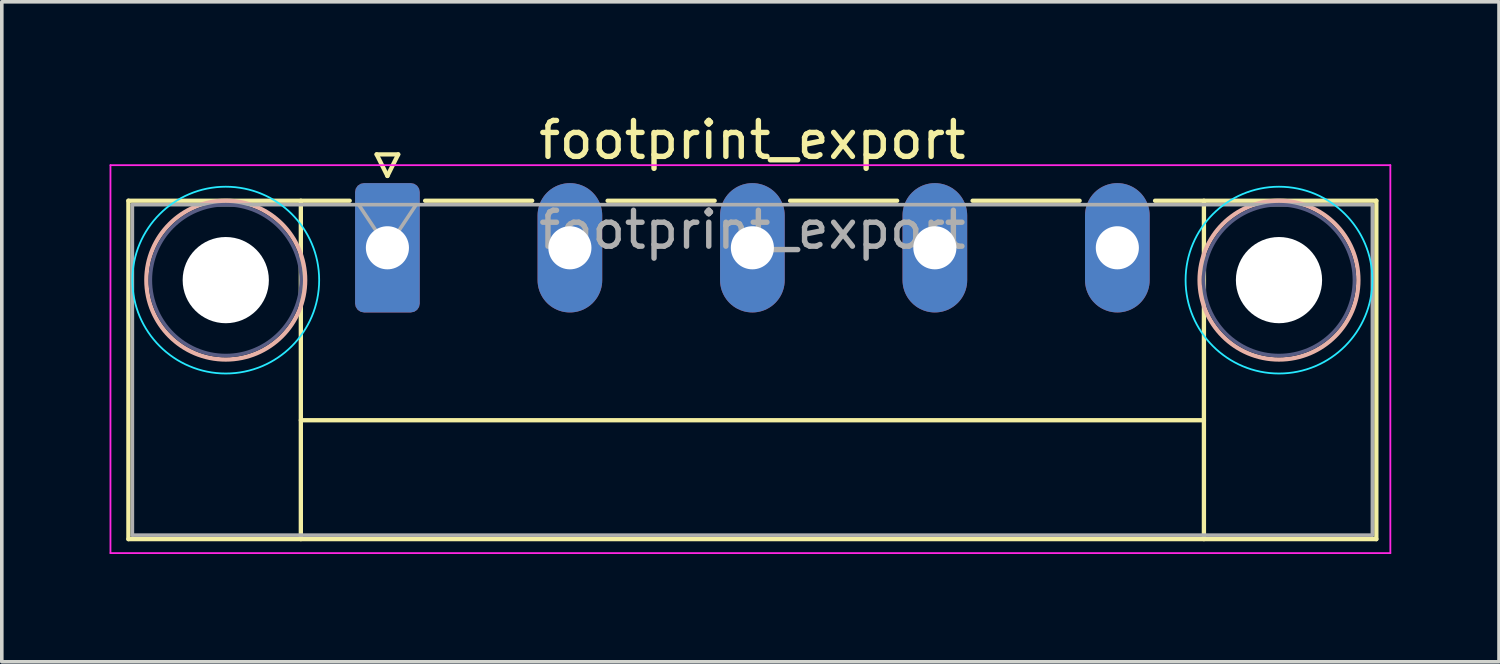
<source format=kicad_pcb>
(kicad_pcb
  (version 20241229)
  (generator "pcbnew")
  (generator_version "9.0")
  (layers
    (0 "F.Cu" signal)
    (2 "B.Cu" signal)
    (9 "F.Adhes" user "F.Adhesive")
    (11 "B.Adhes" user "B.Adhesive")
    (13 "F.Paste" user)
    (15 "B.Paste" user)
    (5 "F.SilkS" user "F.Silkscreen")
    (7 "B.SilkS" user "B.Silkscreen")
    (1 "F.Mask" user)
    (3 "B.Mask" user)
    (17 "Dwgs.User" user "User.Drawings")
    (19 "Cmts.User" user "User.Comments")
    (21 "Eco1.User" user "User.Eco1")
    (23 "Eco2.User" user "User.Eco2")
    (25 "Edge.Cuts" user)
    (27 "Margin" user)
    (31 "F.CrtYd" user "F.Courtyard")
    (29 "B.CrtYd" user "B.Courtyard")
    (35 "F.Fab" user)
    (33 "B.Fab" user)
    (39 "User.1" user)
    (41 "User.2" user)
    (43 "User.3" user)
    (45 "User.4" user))
  (footprint "footprint_export"
    (layer "F.Cu")
    (at 7.735 3.848)
    (property "Reference" "footprint_export" (at 10.16 -3 0) (layer "F.SilkS") (effects (font (size 1 1) (thickness 0.15))))
    (attr through_hole)
    (fp_line (start -7.21 -1.31) (end -7.21 8.11) (stroke (width 0.12) (type solid)) (layer "F.SilkS"))
    (fp_line (start -7.21 -1.31) (end -1.05 -1.31) (stroke (width 0.12) (type solid)) (layer "F.SilkS"))
    (fp_line (start -7.21 8.11) (end 27.53 8.11) (stroke (width 0.12) (type solid)) (layer "F.SilkS"))
    (fp_line (start -2.41 -1.31) (end -2.41 8.11) (stroke (width 0.12) (type solid)) (layer "F.SilkS"))
    (fp_line (start -2.41 4.8) (end 22.73 4.8) (stroke (width 0.12) (type solid)) (layer "F.SilkS"))
    (fp_line (start -0.3 -2.6) (end 0.3 -2.6) (stroke (width 0.12) (type solid)) (layer "F.SilkS"))
    (fp_line (start 0 -2) (end -0.3 -2.6) (stroke (width 0.12) (type solid)) (layer "F.SilkS"))
    (fp_line (start 0.3 -2.6) (end 0 -2) (stroke (width 0.12) (type solid)) (layer "F.SilkS"))
    (fp_line (start 1.05 -1.31) (end 4.03 -1.31) (stroke (width 0.12) (type solid)) (layer "F.SilkS"))
    (fp_line (start 6.13 -1.31) (end 9.11 -1.31) (stroke (width 0.12) (type solid)) (layer "F.SilkS"))
    (fp_line (start 11.21 -1.31) (end 14.19 -1.31) (stroke (width 0.12) (type solid)) (layer "F.SilkS"))
    (fp_line (start 16.29 -1.31) (end 19.27 -1.31) (stroke (width 0.12) (type solid)) (layer "F.SilkS"))
    (fp_line (start 22.73 -1.31) (end 22.73 8.11) (stroke (width 0.12) (type solid)) (layer "F.SilkS"))
    (fp_line (start 27.53 -1.31) (end 21.37 -1.31) (stroke (width 0.12) (type solid)) (layer "F.SilkS"))
    (fp_line (start 27.53 8.11) (end 27.53 -1.31) (stroke (width 0.12) (type solid)) (layer "F.SilkS"))
    (fp_circle (center -4.5 0.9) (end -2.29 0.9) (stroke (width 0.12) (type solid)) (fill no) (layer "B.SilkS"))
    (fp_circle (center 24.82 0.9) (end 27.03 0.9) (stroke (width 0.12) (type solid)) (fill no) (layer "B.SilkS"))
    (fp_circle (center -4.5 0.9) (end -1.9 0.9) (stroke (width 0.05) (type solid)) (fill no) (layer "B.CrtYd"))
    (fp_circle (center 24.82 0.9) (end 27.42 0.9) (stroke (width 0.05) (type solid)) (fill no) (layer "B.CrtYd"))
    (fp_line (start -7.71 -2.3) (end -7.71 8.5) (stroke (width 0.05) (type solid)) (layer "F.CrtYd"))
    (fp_line (start -7.71 8.5) (end 27.92 8.5) (stroke (width 0.05) (type solid)) (layer "F.CrtYd"))
    (fp_line (start 27.92 -2.3) (end -7.71 -2.3) (stroke (width 0.05) (type solid)) (layer "F.CrtYd"))
    (fp_line (start 27.92 8.5) (end 27.92 -2.3) (stroke (width 0.05) (type solid)) (layer "F.CrtYd"))
    (fp_circle (center -4.5 0.9) (end -2.4 0.9) (stroke (width 0.1) (type solid)) (fill no) (layer "B.Fab"))
    (fp_circle (center 24.82 0.9) (end 26.92 0.9) (stroke (width 0.1) (type solid)) (fill no) (layer "B.Fab"))
    (fp_line (start -7.1 -1.2) (end -7.1 8) (stroke (width 0.1) (type solid)) (layer "F.Fab"))
    (fp_line (start -7.1 8) (end 27.42 8) (stroke (width 0.1) (type solid)) (layer "F.Fab"))
    (fp_line (start 0 0) (end -0.8 -1.2) (stroke (width 0.1) (type solid)) (layer "F.Fab"))
    (fp_line (start 0.8 -1.2) (end 0 0) (stroke (width 0.1) (type solid)) (layer "F.Fab"))
    (fp_line (start 27.42 -1.2) (end -7.1 -1.2) (stroke (width 0.1) (type solid)) (layer "F.Fab"))
    (fp_line (start 27.42 8) (end 27.42 -1.2) (stroke (width 0.1) (type solid)) (layer "F.Fab"))
    (fp_text user "${REFERENCE}" (at 10.16 -0.5 0) (layer "F.Fab") (effects (font (size 1 1) (thickness 0.15))))
    (pad "" np_thru_hole circle (at -4.5 0.9) (size 2.4 2.4) (drill 2.4) (layers "*.Cu" "*.Mask"))
    (pad "" np_thru_hole circle (at 24.82 0.9) (size 2.4 2.4) (drill 2.4) (layers "*.Cu" "*.Mask"))
    (pad "1" thru_hole roundrect (at 0 0) (size 1.8 3.6) (drill 1.2) (layers "*.Cu" "*.Mask") (roundrect_rratio 0.139))
    (pad "2" thru_hole oval (at 5.08 0) (size 1.8 3.6) (drill 1.2) (layers "*.Cu" "*.Mask"))
    (pad "3" thru_hole oval (at 10.16 0) (size 1.8 3.6) (drill 1.2) (layers "*.Cu" "*.Mask"))
    (pad "4" thru_hole oval (at 15.24 0) (size 1.8 3.6) (drill 1.2) (layers "*.Cu" "*.Mask"))
    (pad "5" thru_hole oval (at 20.32 0) (size 1.8 3.6) (drill 1.2) (layers "*.Cu" "*.Mask")))
  (gr_rect
    (start -3 -3)
    (end 38.68 15.373)
    (stroke (width 0.1) (type default))
    (fill no)
    (layer "Edge.Cuts")))
</source>
